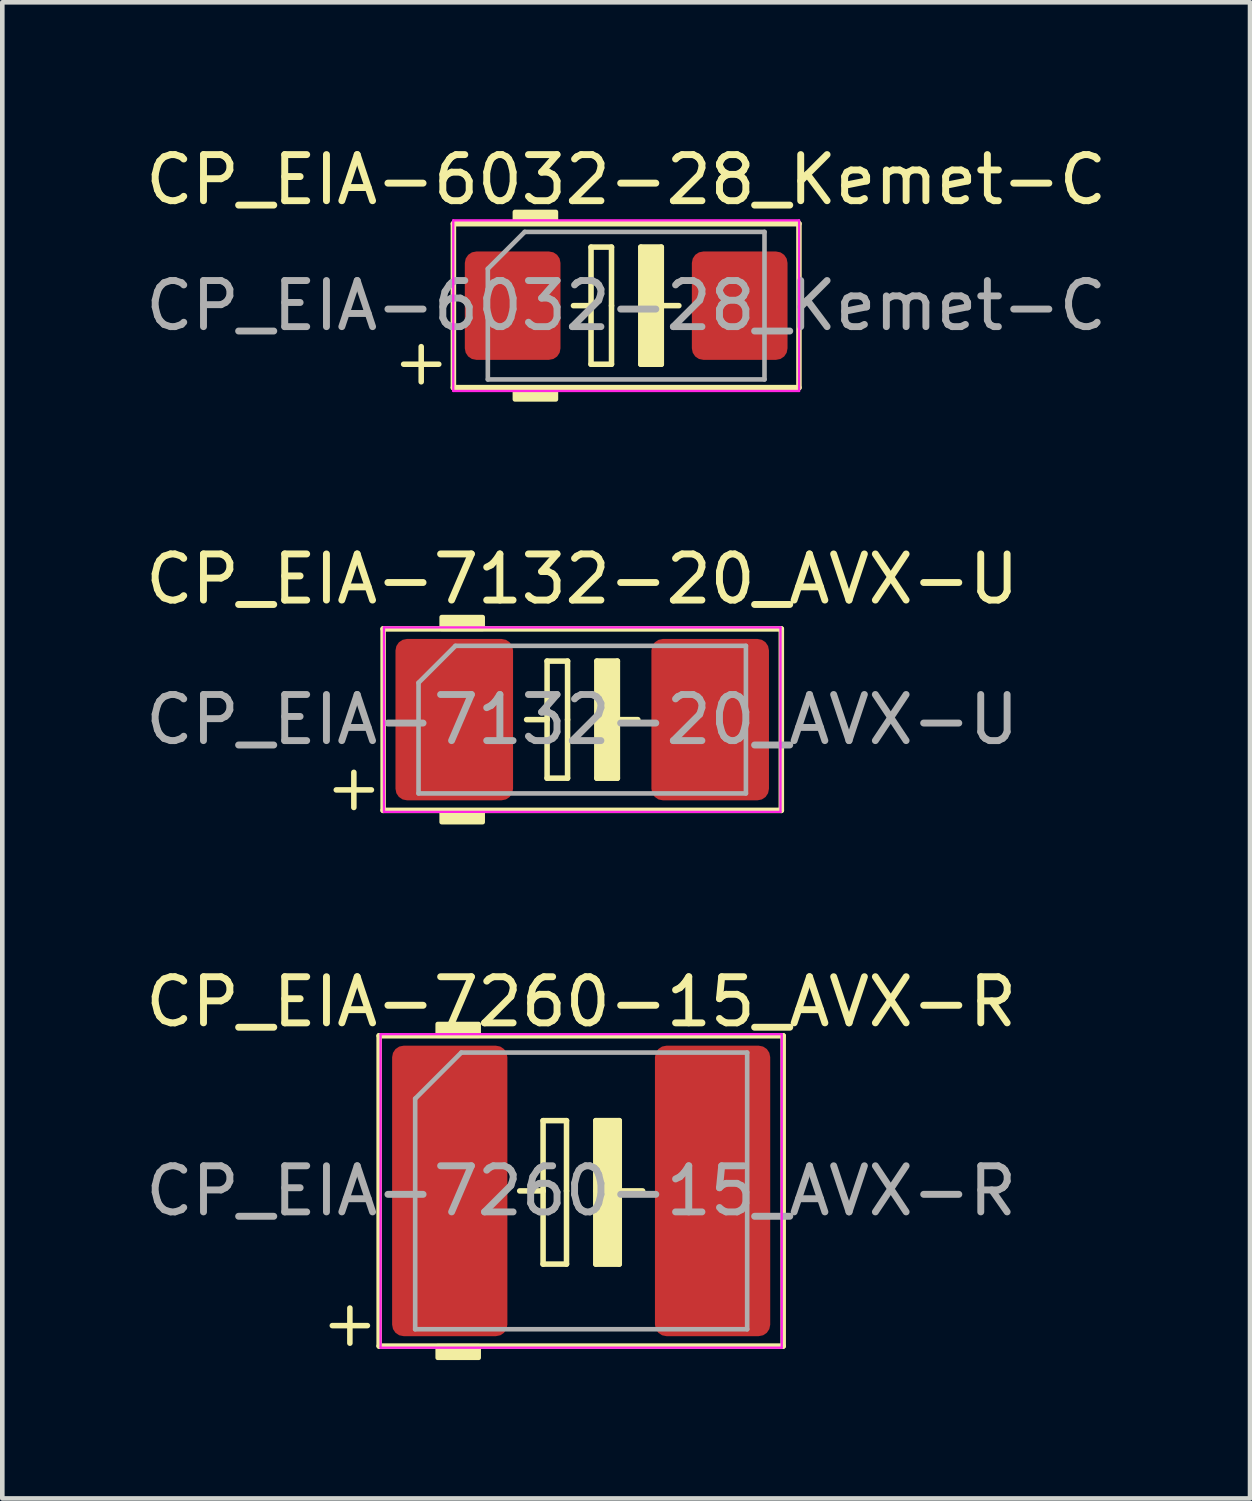
<source format=kicad_pcb>
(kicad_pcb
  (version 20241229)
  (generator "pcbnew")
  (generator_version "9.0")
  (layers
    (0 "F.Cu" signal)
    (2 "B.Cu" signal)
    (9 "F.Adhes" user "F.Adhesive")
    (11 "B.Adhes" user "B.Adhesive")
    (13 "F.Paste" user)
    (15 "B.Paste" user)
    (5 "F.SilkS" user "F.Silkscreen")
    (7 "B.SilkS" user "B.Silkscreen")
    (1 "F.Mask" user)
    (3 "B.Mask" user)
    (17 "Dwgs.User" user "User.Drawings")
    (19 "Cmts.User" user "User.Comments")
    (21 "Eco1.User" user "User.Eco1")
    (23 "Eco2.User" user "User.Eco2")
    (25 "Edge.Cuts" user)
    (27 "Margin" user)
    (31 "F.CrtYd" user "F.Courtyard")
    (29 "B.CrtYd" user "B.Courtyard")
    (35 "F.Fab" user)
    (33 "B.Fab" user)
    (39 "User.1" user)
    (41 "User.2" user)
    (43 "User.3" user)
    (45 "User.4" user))
  (footprint "CP_EIA-6032-28_Kemet-C"
    (layer "F.Cu")
    (at 10.53 3.579)
    (property "Reference" "CP_EIA-6032-28_Kemet-C" (at 0 -2.731 0) (layer "F.SilkS") (effects (font (size 1 1) (thickness 0.15))))
    (attr smd)
    (fp_line (start -4.826 1.27) (end -4.064 1.27) (stroke (width 0.12) (type solid)) (layer "F.SilkS"))
    (fp_line (start -4.445 0.889) (end -4.445 1.651) (stroke (width 0.12) (type solid)) (layer "F.SilkS"))
    (fp_line (start -3.747 -1.778) (end -3.747 1.778) (stroke (width 0.12) (type solid)) (layer "F.SilkS"))
    (fp_line (start -3.747 1.778) (end 3.747 1.778) (stroke (width 0.12) (type solid)) (layer "F.SilkS"))
    (fp_line (start -0.762 -1.27) (end -0.762 0) (stroke (width 0.12) (type solid)) (layer "F.SilkS"))
    (fp_line (start -0.762 0) (end -1.143 0) (stroke (width 0.12) (type solid)) (layer "F.SilkS"))
    (fp_line (start -0.762 1.27) (end -0.762 0) (stroke (width 0.12) (type solid)) (layer "F.SilkS"))
    (fp_line (start -0.318 -1.27) (end -0.762 -1.27) (stroke (width 0.12) (type solid)) (layer "F.SilkS"))
    (fp_line (start -0.318 -1.27) (end -0.318 0) (stroke (width 0.12) (type solid)) (layer "F.SilkS"))
    (fp_line (start -0.318 1.27) (end -0.762 1.27) (stroke (width 0.12) (type solid)) (layer "F.SilkS"))
    (fp_line (start -0.318 1.27) (end -0.318 0) (stroke (width 0.12) (type solid)) (layer "F.SilkS"))
    (fp_line (start 0.318 -1.27) (end 0.318 0) (stroke (width 0.12) (type solid)) (layer "F.SilkS"))
    (fp_line (start 0.318 1.27) (end 0.318 0) (stroke (width 0.12) (type solid)) (layer "F.SilkS"))
    (fp_line (start 0.762 -1.27) (end 0.318 -1.27) (stroke (width 0.12) (type solid)) (layer "F.SilkS"))
    (fp_line (start 0.762 -1.27) (end 0.762 0) (stroke (width 0.12) (type solid)) (layer "F.SilkS"))
    (fp_line (start 0.762 0) (end 1.143 0) (stroke (width 0.12) (type solid)) (layer "F.SilkS"))
    (fp_line (start 0.762 1.27) (end 0.318 1.27) (stroke (width 0.12) (type solid)) (layer "F.SilkS"))
    (fp_line (start 0.762 1.27) (end 0.762 0) (stroke (width 0.12) (type solid)) (layer "F.SilkS"))
    (fp_line (start 3.747 -1.778) (end -3.747 -1.778) (stroke (width 0.12) (type solid)) (layer "F.SilkS"))
    (fp_line (start 3.747 1.778) (end 3.747 -1.778) (stroke (width 0.12) (type solid)) (layer "F.SilkS"))
    (fp_poly (pts (xy -1.524 -1.778) (xy -2.413 -1.778) (xy -2.413 -2.032) (xy -1.524 -2.032)) (stroke (width 0.1) (type solid)) (fill yes) (layer "F.SilkS"))
    (fp_poly (pts (xy -1.524 2.032) (xy -2.413 2.032) (xy -2.413 1.778) (xy -1.524 1.778)) (stroke (width 0.1) (type solid)) (fill yes) (layer "F.SilkS"))
    (fp_poly (pts (xy 0.762 1.27) (xy 0.318 1.27) (xy 0.318 -1.27) (xy 0.762 -1.27)) (stroke (width 0.1) (type solid)) (fill yes) (layer "F.SilkS"))
    (fp_line (start -3.75 -1.85) (end 3.75 -1.85) (stroke (width 0.05) (type solid)) (layer "F.CrtYd"))
    (fp_line (start -3.75 1.85) (end -3.75 -1.85) (stroke (width 0.05) (type solid)) (layer "F.CrtYd"))
    (fp_line (start 3.75 -1.85) (end 3.75 1.85) (stroke (width 0.05) (type solid)) (layer "F.CrtYd"))
    (fp_line (start 3.75 1.85) (end -3.75 1.85) (stroke (width 0.05) (type solid)) (layer "F.CrtYd"))
    (fp_line (start -3 -0.8) (end -3 1.6) (stroke (width 0.1) (type solid)) (layer "F.Fab"))
    (fp_line (start -3 1.6) (end 3 1.6) (stroke (width 0.1) (type solid)) (layer "F.Fab"))
    (fp_line (start -2.2 -1.6) (end -3 -0.8) (stroke (width 0.1) (type solid)) (layer "F.Fab"))
    (fp_line (start 3 -1.6) (end -2.2 -1.6) (stroke (width 0.1) (type solid)) (layer "F.Fab"))
    (fp_line (start 3 1.6) (end 3 -1.6) (stroke (width 0.1) (type solid)) (layer "F.Fab"))
    (fp_text user "${REFERENCE}" (at 0 0 0) (layer "F.Fab") (effects (font (size 1 1) (thickness 0.15))))
    (pad "1" smd roundrect (at -2.462 0) (size 2.075 2.35) (layers "F.Cu" "F.Mask" "F.Paste") (roundrect_rratio 0.12))
    (pad "2" smd roundrect (at 2.462 0) (size 2.075 2.35) (layers "F.Cu" "F.Mask" "F.Paste") (roundrect_rratio 0.12)))
  (footprint "CP_EIA-7260-15_AVX-R"
    (layer "F.Cu")
    (at 9.554 22.778)
    (property "Reference" "CP_EIA-7260-15_AVX-R" (at 0 -4.1 0) (layer "F.SilkS") (effects (font (size 1 1) (thickness 0.15))))
    (attr smd)
    (fp_line (start -5.397 2.921) (end -4.636 2.921) (stroke (width 0.12) (type solid)) (layer "F.SilkS"))
    (fp_line (start -5.016 2.54) (end -5.016 3.302) (stroke (width 0.12) (type solid)) (layer "F.SilkS"))
    (fp_line (start -4.381 -3.365) (end 4.381 -3.365) (stroke (width 0.12) (type solid)) (layer "F.SilkS"))
    (fp_line (start -4.381 3.365) (end -4.381 -3.365) (stroke (width 0.12) (type solid)) (layer "F.SilkS"))
    (fp_line (start -1.333 0) (end -0.826 0) (stroke (width 0.12) (type solid)) (layer "F.SilkS"))
    (fp_line (start -0.826 -1.524) (end -0.826 0) (stroke (width 0.12) (type solid)) (layer "F.SilkS"))
    (fp_line (start -0.826 1.587) (end -0.826 0) (stroke (width 0.12) (type solid)) (layer "F.SilkS"))
    (fp_line (start -0.826 1.587) (end -0.318 1.587) (stroke (width 0.12) (type solid)) (layer "F.SilkS"))
    (fp_line (start -0.318 -1.524) (end -0.826 -1.524) (stroke (width 0.12) (type solid)) (layer "F.SilkS"))
    (fp_line (start -0.318 -1.524) (end -0.318 0) (stroke (width 0.12) (type solid)) (layer "F.SilkS"))
    (fp_line (start -0.318 1.587) (end -0.318 0) (stroke (width 0.12) (type solid)) (layer "F.SilkS"))
    (fp_line (start 0.318 -1.524) (end 0.318 0) (stroke (width 0.12) (type solid)) (layer "F.SilkS"))
    (fp_line (start 0.318 1.587) (end 0.318 0) (stroke (width 0.12) (type solid)) (layer "F.SilkS"))
    (fp_line (start 0.318 1.587) (end 0.826 1.587) (stroke (width 0.12) (type solid)) (layer "F.SilkS"))
    (fp_line (start 0.826 -1.524) (end 0.318 -1.524) (stroke (width 0.12) (type solid)) (layer "F.SilkS"))
    (fp_line (start 0.826 -1.524) (end 0.826 0) (stroke (width 0.12) (type solid)) (layer "F.SilkS"))
    (fp_line (start 0.826 0) (end 1.333 0) (stroke (width 0.12) (type solid)) (layer "F.SilkS"))
    (fp_line (start 0.826 1.587) (end 0.826 0) (stroke (width 0.12) (type solid)) (layer "F.SilkS"))
    (fp_line (start 4.381 -3.365) (end 4.381 3.365) (stroke (width 0.12) (type solid)) (layer "F.SilkS"))
    (fp_line (start 4.381 3.365) (end -4.381 3.365) (stroke (width 0.12) (type solid)) (layer "F.SilkS"))
    (fp_poly (pts (xy -2.223 -3.365) (xy -3.111 -3.365) (xy -3.111 -3.619) (xy -2.223 -3.619)) (stroke (width 0.1) (type solid)) (fill yes) (layer "F.SilkS"))
    (fp_poly (pts (xy -2.223 3.619) (xy -3.111 3.619) (xy -3.111 3.365) (xy -2.223 3.365)) (stroke (width 0.1) (type solid)) (fill yes) (layer "F.SilkS"))
    (fp_poly (pts (xy 0.826 1.587) (xy 0.318 1.587) (xy 0.318 -1.524) (xy 0.826 -1.524)) (stroke (width 0.1) (type solid)) (fill yes) (layer "F.SilkS"))
    (fp_line (start -4.35 -3.4) (end 4.35 -3.4) (stroke (width 0.05) (type solid)) (layer "F.CrtYd"))
    (fp_line (start -4.35 3.4) (end -4.35 -3.4) (stroke (width 0.05) (type solid)) (layer "F.CrtYd"))
    (fp_line (start 4.35 -3.4) (end 4.35 3.4) (stroke (width 0.05) (type solid)) (layer "F.CrtYd"))
    (fp_line (start 4.35 3.4) (end -4.35 3.4) (stroke (width 0.05) (type solid)) (layer "F.CrtYd"))
    (fp_line (start -3.6 -2) (end -3.6 3) (stroke (width 0.1) (type solid)) (layer "F.Fab"))
    (fp_line (start -3.6 3) (end 3.6 3) (stroke (width 0.1) (type solid)) (layer "F.Fab"))
    (fp_line (start -2.6 -3) (end -3.6 -2) (stroke (width 0.1) (type solid)) (layer "F.Fab"))
    (fp_line (start 3.6 -3) (end -2.6 -3) (stroke (width 0.1) (type solid)) (layer "F.Fab"))
    (fp_line (start 3.6 3) (end 3.6 -3) (stroke (width 0.1) (type solid)) (layer "F.Fab"))
    (fp_text user "${REFERENCE}" (at 0 0 0) (layer "F.Fab") (effects (font (size 1 1) (thickness 0.15))))
    (pad "1" smd roundrect (at -2.85 0) (size 2.5 6.3) (layers "F.Cu" "F.Mask" "F.Paste") (roundrect_rratio 0.1))
    (pad "2" smd roundrect (at 2.85 0) (size 2.5 6.3) (layers "F.Cu" "F.Mask" "F.Paste") (roundrect_rratio 0.1)))
  (footprint "CP_EIA-7132-20_AVX-U"
    (layer "F.Cu")
    (at 9.577 12.557)
    (property "Reference" "CP_EIA-7132-20_AVX-U" (at 0 -3.048 0) (layer "F.SilkS") (effects (font (size 1 1) (thickness 0.15))))
    (attr smd)
    (fp_line (start -5.334 1.524) (end -4.572 1.524) (stroke (width 0.12) (type solid)) (layer "F.SilkS"))
    (fp_line (start -4.953 1.143) (end -4.953 1.905) (stroke (width 0.12) (type solid)) (layer "F.SilkS"))
    (fp_line (start -4.318 -1.968) (end -4.318 1.968) (stroke (width 0.12) (type solid)) (layer "F.SilkS"))
    (fp_line (start -4.318 1.968) (end 4.318 1.968) (stroke (width 0.12) (type solid)) (layer "F.SilkS"))
    (fp_line (start -0.762 -1.27) (end -0.762 0) (stroke (width 0.12) (type solid)) (layer "F.SilkS"))
    (fp_line (start -0.762 0) (end -1.206 0) (stroke (width 0.12) (type solid)) (layer "F.SilkS"))
    (fp_line (start -0.762 1.27) (end -0.762 0) (stroke (width 0.12) (type solid)) (layer "F.SilkS"))
    (fp_line (start -0.318 -1.27) (end -0.762 -1.27) (stroke (width 0.12) (type solid)) (layer "F.SilkS"))
    (fp_line (start -0.318 -1.27) (end -0.318 0) (stroke (width 0.12) (type solid)) (layer "F.SilkS"))
    (fp_line (start -0.318 1.27) (end -0.762 1.27) (stroke (width 0.12) (type solid)) (layer "F.SilkS"))
    (fp_line (start -0.318 1.27) (end -0.318 0) (stroke (width 0.12) (type solid)) (layer "F.SilkS"))
    (fp_line (start 0.318 -1.27) (end 0.318 0) (stroke (width 0.12) (type solid)) (layer "F.SilkS"))
    (fp_line (start 0.318 1.27) (end 0.318 0) (stroke (width 0.12) (type solid)) (layer "F.SilkS"))
    (fp_line (start 0.762 -1.27) (end 0.318 -1.27) (stroke (width 0.12) (type solid)) (layer "F.SilkS"))
    (fp_line (start 0.762 -1.27) (end 0.762 0) (stroke (width 0.12) (type solid)) (layer "F.SilkS"))
    (fp_line (start 0.762 0) (end 1.206 0) (stroke (width 0.12) (type solid)) (layer "F.SilkS"))
    (fp_line (start 0.762 1.27) (end 0.318 1.27) (stroke (width 0.12) (type solid)) (layer "F.SilkS"))
    (fp_line (start 0.762 1.27) (end 0.762 0) (stroke (width 0.12) (type solid)) (layer "F.SilkS"))
    (fp_line (start 4.318 -1.968) (end -4.318 -1.968) (stroke (width 0.12) (type solid)) (layer "F.SilkS"))
    (fp_line (start 4.318 1.968) (end 4.318 -1.968) (stroke (width 0.12) (type solid)) (layer "F.SilkS"))
    (fp_poly (pts (xy -2.159 -1.968) (xy -3.048 -1.968) (xy -3.048 -2.223) (xy -2.159 -2.223)) (stroke (width 0.1) (type solid)) (fill yes) (layer "F.SilkS"))
    (fp_poly (pts (xy -2.159 2.223) (xy -3.048 2.223) (xy -3.048 1.968) (xy -2.159 1.968)) (stroke (width 0.1) (type solid)) (fill yes) (layer "F.SilkS"))
    (fp_poly (pts (xy 0.762 1.27) (xy 0.318 1.27) (xy 0.318 -1.27) (xy 0.762 -1.27)) (stroke (width 0.1) (type solid)) (fill yes) (layer "F.SilkS"))
    (fp_line (start -4.3 -2) (end 4.3 -2) (stroke (width 0.05) (type solid)) (layer "F.CrtYd"))
    (fp_line (start -4.3 2) (end -4.3 -2) (stroke (width 0.05) (type solid)) (layer "F.CrtYd"))
    (fp_line (start 4.3 -2) (end 4.3 2) (stroke (width 0.05) (type solid)) (layer "F.CrtYd"))
    (fp_line (start 4.3 2) (end -4.3 2) (stroke (width 0.05) (type solid)) (layer "F.CrtYd"))
    (fp_line (start -3.55 -0.8) (end -3.55 1.6) (stroke (width 0.1) (type solid)) (layer "F.Fab"))
    (fp_line (start -3.55 1.6) (end 3.55 1.6) (stroke (width 0.1) (type solid)) (layer "F.Fab"))
    (fp_line (start -2.75 -1.6) (end -3.55 -0.8) (stroke (width 0.1) (type solid)) (layer "F.Fab"))
    (fp_line (start 3.55 -1.6) (end -2.75 -1.6) (stroke (width 0.1) (type solid)) (layer "F.Fab"))
    (fp_line (start 3.55 1.6) (end 3.55 -1.6) (stroke (width 0.1) (type solid)) (layer "F.Fab"))
    (fp_text user "${REFERENCE}" (at 0 0 0) (layer "F.Fab") (effects (font (size 1 1) (thickness 0.15))))
    (pad "1" smd roundrect (at -2.775 0) (size 2.55 3.5) (layers "F.Cu" "F.Mask" "F.Paste") (roundrect_rratio 0.098))
    (pad "2" smd roundrect (at 2.775 0) (size 2.55 3.5) (layers "F.Cu" "F.Mask" "F.Paste") (roundrect_rratio 0.098)))
  (gr_rect
    (start -3 -3)
    (end 24.06 29.447)
    (stroke (width 0.1) (type default))
    (fill no)
    (layer "Edge.Cuts")))
</source>
